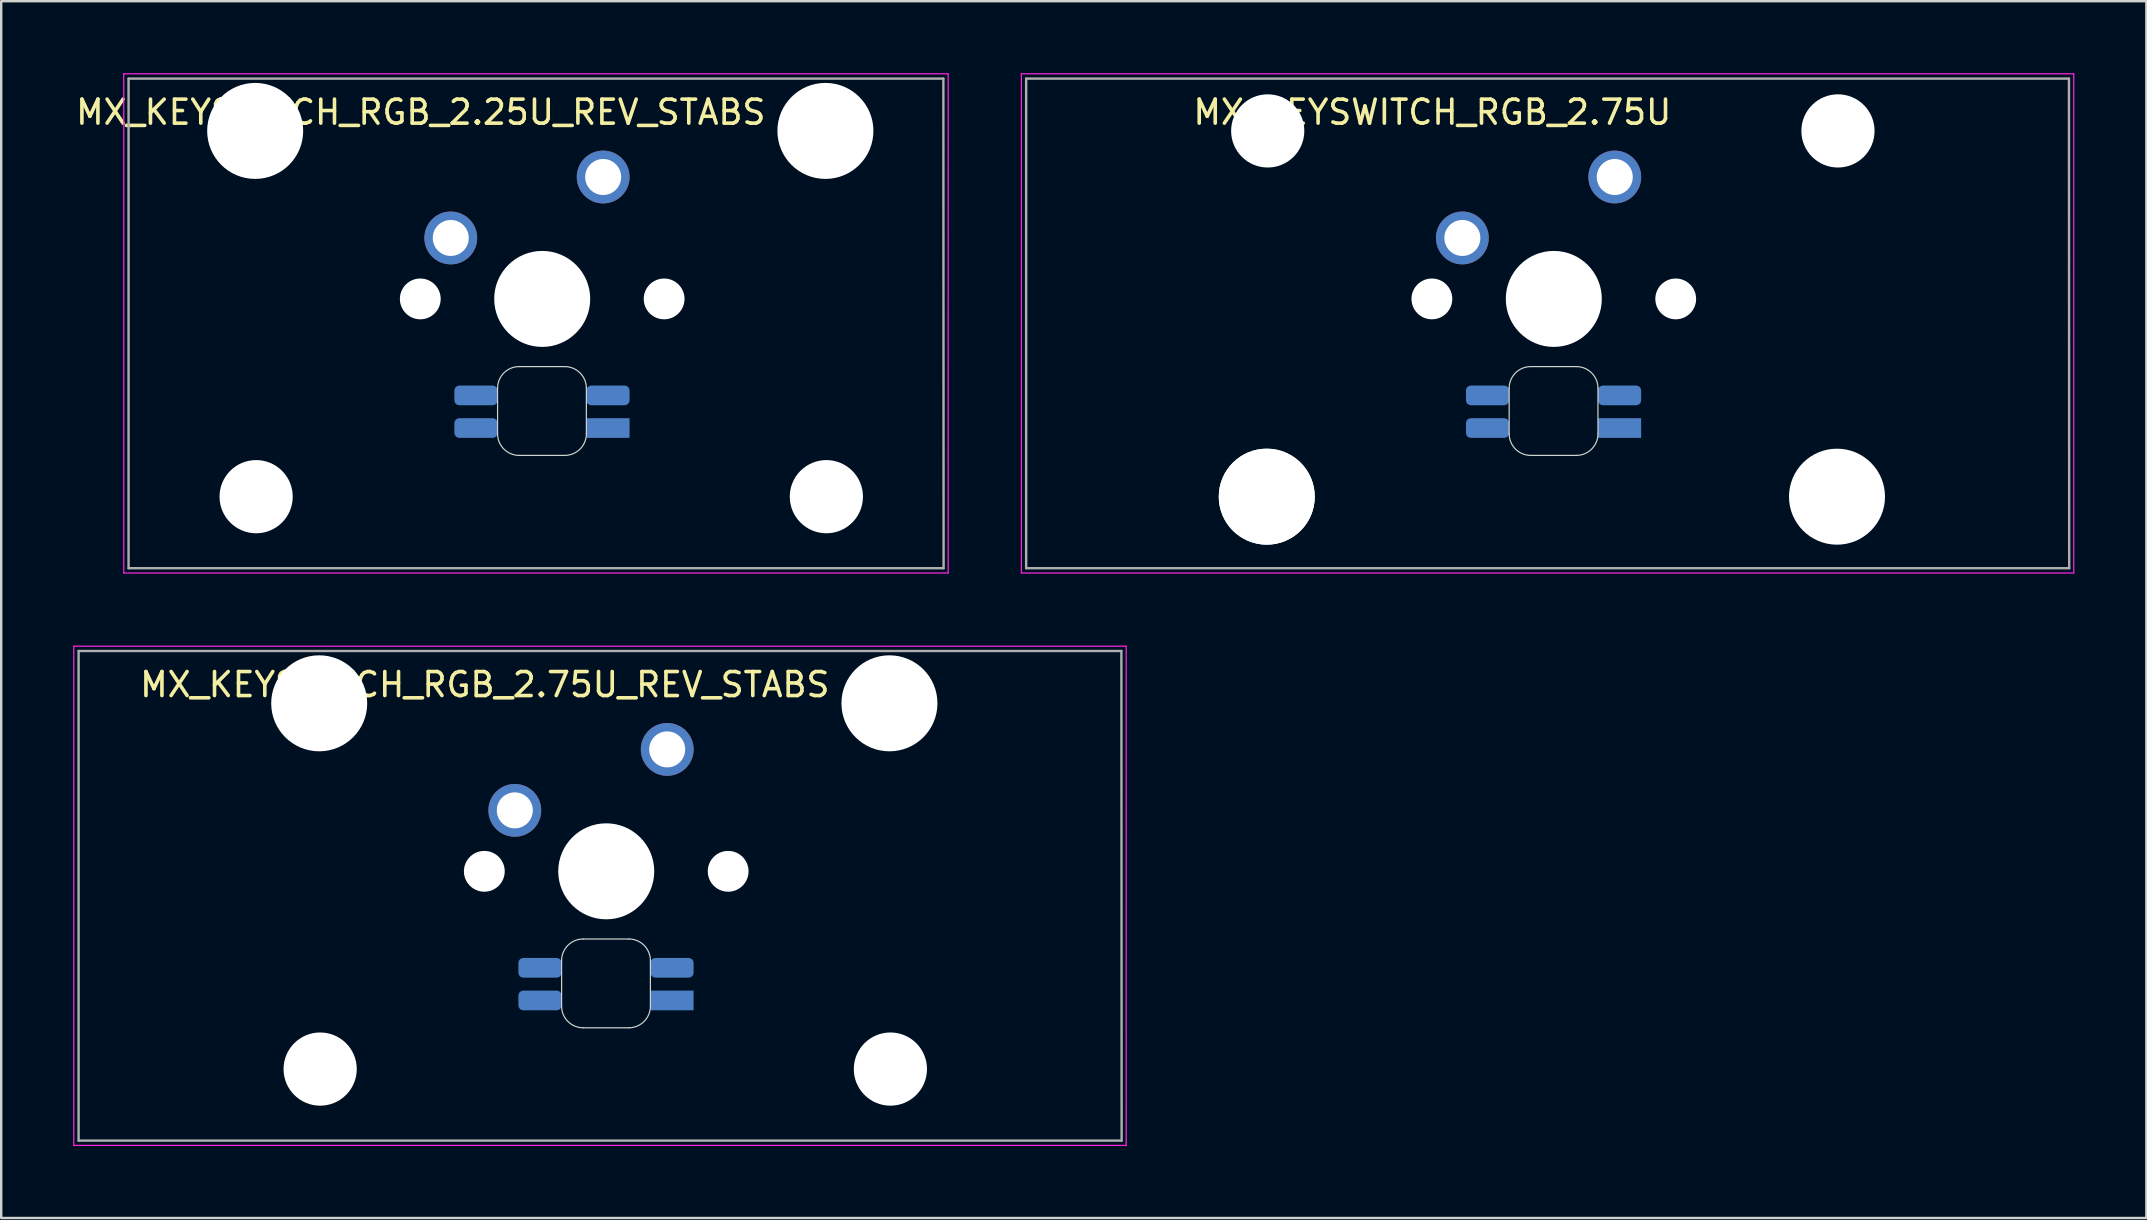
<source format=kicad_pcb>
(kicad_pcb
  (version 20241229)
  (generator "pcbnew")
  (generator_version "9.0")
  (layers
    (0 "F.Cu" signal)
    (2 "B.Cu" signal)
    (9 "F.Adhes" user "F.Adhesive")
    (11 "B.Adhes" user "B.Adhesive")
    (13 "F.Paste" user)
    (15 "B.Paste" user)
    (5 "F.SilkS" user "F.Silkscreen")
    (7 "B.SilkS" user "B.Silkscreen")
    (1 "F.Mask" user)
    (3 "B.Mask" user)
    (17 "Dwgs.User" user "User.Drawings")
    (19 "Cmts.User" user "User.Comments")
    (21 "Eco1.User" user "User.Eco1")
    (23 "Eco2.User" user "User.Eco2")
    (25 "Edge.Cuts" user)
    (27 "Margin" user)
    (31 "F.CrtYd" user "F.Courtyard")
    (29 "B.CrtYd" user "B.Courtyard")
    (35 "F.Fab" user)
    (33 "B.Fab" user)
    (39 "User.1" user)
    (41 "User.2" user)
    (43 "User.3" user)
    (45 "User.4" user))
  (footprint "MX_KEYSWITCH_RGB_2.75U_REV_STABS"
    (layer "F.Cu")
    (at 22.15 33.275)
    (property "Reference" "MX_KEYSWITCH_RGB_2.75U_REV_STABS" (at -5 -7.8 0) (layer "F.SilkS") (effects (font (size 1 1) (thickness 0.15))))
    (attr through_hole)
    (fp_line (start -1.8 3.7) (end -1.8 5.6) (stroke (width 0.05) (type solid)) (layer "Edge.Cuts"))
    (fp_line (start -0.9 6.5) (end 1 6.5) (stroke (width 0.05) (type solid)) (layer "Edge.Cuts"))
    (fp_line (start 1 2.8) (end -0.9 2.8) (stroke (width 0.05) (type solid)) (layer "Edge.Cuts"))
    (fp_line (start 1.9 5.6) (end 1.9 3.7) (stroke (width 0.05) (type solid)) (layer "Edge.Cuts"))
    (fp_arc (start -1.8 3.7) (mid -1.536396 3.063604) (end -0.9 2.8) (stroke (width 0.05) (type solid)) (layer "Edge.Cuts"))
    (fp_arc (start -0.9 6.5) (mid -1.536396 6.236396) (end -1.8 5.6) (stroke (width 0.05) (type solid)) (layer "Edge.Cuts"))
    (fp_arc (start 1 2.8) (mid 1.636396 3.063604) (end 1.9 3.7) (stroke (width 0.05) (type solid)) (layer "Edge.Cuts"))
    (fp_arc (start 1.9 5.6) (mid 1.636396 6.236396) (end 1 6.5) (stroke (width 0.05) (type solid)) (layer "Edge.Cuts"))
    (fp_line (start -22.125 -9.4) (end 21.725 -9.4) (stroke (width 0.05) (type solid)) (layer "F.CrtYd"))
    (fp_line (start -22.125 11.4) (end -22.125 -9.4) (stroke (width 0.05) (type solid)) (layer "F.CrtYd"))
    (fp_line (start 21.725 -9.4) (end 21.725 11.4) (stroke (width 0.05) (type solid)) (layer "F.CrtYd"))
    (fp_line (start 21.725 11.4) (end -22.125 11.4) (stroke (width 0.05) (type solid)) (layer "F.CrtYd"))
    (fp_line (start -21.925 -9.2) (end 21.525 -9.2) (stroke (width 0.1) (type solid)) (layer "F.Fab"))
    (fp_line (start -21.925 11.2) (end -21.925 -9.2) (stroke (width 0.1) (type solid)) (layer "F.Fab"))
    (fp_line (start 21.525 -9.2) (end 21.535 11.2) (stroke (width 0.1) (type solid)) (layer "F.Fab"))
    (fp_line (start 21.535 11.2) (end -21.925 11.2) (stroke (width 0.1) (type solid)) (layer "F.Fab"))
    (pad "" np_thru_hole circle (at -11.9 -7.02) (size 4 4) (drill 4) (layers "*.Cu" "*.Mask"))
    (pad "" np_thru_hole circle (at -11.86 8.22) (size 3.05 3.05) (drill 3.05) (layers "*.Cu" "*.Mask"))
    (pad "" np_thru_hole circle (at -5.02 -0.02) (size 1.7 1.7) (drill 1.7) (layers "*.Cu" "*.Mask"))
    (pad "" np_thru_hole circle (at 0.06 -0.02) (size 4 4) (drill 4) (layers "*.Cu" "*.Mask"))
    (pad "" np_thru_hole circle (at 5.14 -0.02) (size 1.7 1.7) (drill 1.7) (layers "*.Cu" "*.Mask"))
    (pad "" np_thru_hole circle (at 11.86 -7.02) (size 4 4) (drill 4) (layers "*.Cu" "*.Mask"))
    (pad "" np_thru_hole circle (at 11.9 8.22) (size 3.05 3.05) (drill 3.05) (layers "*.Cu" "*.Mask"))
    (pad "1" thru_hole circle (at 2.6 -5.1) (size 2.2 2.2) (drill 1.5) (layers "*.Cu" "*.Mask"))
    (pad "2" thru_hole circle (at -3.75 -2.56) (size 2.2 2.2) (drill 1.5) (layers "*.Cu" "*.Mask"))
    (pad "3" smd roundrect (at 2.8 4) (size 1.8 0.82) (layers "B.Cu" "B.Mask" "B.Paste") (roundrect_rratio 0.25))
    (pad "4" smd roundrect (at -2.7 5.36) (size 1.8 0.82) (layers "B.Cu" "B.Mask" "B.Paste") (roundrect_rratio 0.25))
    (pad "5" smd roundrect (at -2.7 4) (size 1.8 0.82) (layers "B.Cu" "B.Mask" "B.Paste") (roundrect_rratio 0.25))
    (pad "6" smd rect (at 2.8 5.36) (size 1.8 0.82) (layers "B.Cu" "B.Mask" "B.Paste")))
  (footprint "MX_KEYSWITCH_RGB_2.75U"
    (layer "F.Cu")
    (at 61.632 9.425)
    (property "Reference" "MX_KEYSWITCH_RGB_2.75U" (at -5 -7.8 0) (layer "F.SilkS") (effects (font (size 1 1) (thickness 0.15))))
    (attr through_hole)
    (fp_line (start -1.8 3.7) (end -1.8 5.6) (stroke (width 0.05) (type solid)) (layer "Edge.Cuts"))
    (fp_line (start -0.9 6.5) (end 1 6.5) (stroke (width 0.05) (type solid)) (layer "Edge.Cuts"))
    (fp_line (start 1 2.8) (end -0.9 2.8) (stroke (width 0.05) (type solid)) (layer "Edge.Cuts"))
    (fp_line (start 1.9 5.6) (end 1.9 3.7) (stroke (width 0.05) (type solid)) (layer "Edge.Cuts"))
    (fp_arc (start -1.8 3.7) (mid -1.536396 3.063604) (end -0.9 2.8) (stroke (width 0.05) (type solid)) (layer "Edge.Cuts"))
    (fp_arc (start -0.9 6.5) (mid -1.536396 6.236396) (end -1.8 5.6) (stroke (width 0.05) (type solid)) (layer "Edge.Cuts"))
    (fp_arc (start 1 2.8) (mid 1.636396 3.063604) (end 1.9 3.7) (stroke (width 0.05) (type solid)) (layer "Edge.Cuts"))
    (fp_arc (start 1.9 5.6) (mid 1.636396 6.236396) (end 1 6.5) (stroke (width 0.05) (type solid)) (layer "Edge.Cuts"))
    (fp_line (start -22.125 -9.4) (end 21.725 -9.4) (stroke (width 0.05) (type solid)) (layer "F.CrtYd"))
    (fp_line (start -22.125 11.4) (end -22.125 -9.4) (stroke (width 0.05) (type solid)) (layer "F.CrtYd"))
    (fp_line (start 21.725 -9.4) (end 21.725 11.4) (stroke (width 0.05) (type solid)) (layer "F.CrtYd"))
    (fp_line (start 21.725 11.4) (end -22.125 11.4) (stroke (width 0.05) (type solid)) (layer "F.CrtYd"))
    (fp_line (start -21.925 -9.2) (end 21.525 -9.2) (stroke (width 0.1) (type solid)) (layer "F.Fab"))
    (fp_line (start -21.925 11.2) (end -21.925 -9.2) (stroke (width 0.1) (type solid)) (layer "F.Fab"))
    (fp_line (start 21.525 -9.2) (end 21.535 11.2) (stroke (width 0.1) (type solid)) (layer "F.Fab"))
    (fp_line (start 21.535 11.2) (end -21.925 11.2) (stroke (width 0.1) (type solid)) (layer "F.Fab"))
    (pad "" np_thru_hole circle (at -11.9 8.22) (size 4 4) (drill 4) (layers "*.Cu" "*.Mask"))
    (pad "" np_thru_hole circle (at -11.9 8.22) (size 4 4) (drill 4) (layers "*.Cu" "*.Mask"))
    (pad "" np_thru_hole circle (at -11.86 -7.02) (size 3.05 3.05) (drill 3.05) (layers "*.Cu" "*.Mask"))
    (pad "" np_thru_hole circle (at -5.02 -0.02) (size 1.7 1.7) (drill 1.7) (layers "*.Cu" "*.Mask"))
    (pad "" np_thru_hole circle (at 0.06 -0.02) (size 4 4) (drill 4) (layers "*.Cu" "*.Mask"))
    (pad "" np_thru_hole circle (at 5.14 -0.02) (size 1.7 1.7) (drill 1.7) (layers "*.Cu" "*.Mask"))
    (pad "" np_thru_hole circle (at 11.86 8.22) (size 4 4) (drill 4) (layers "*.Cu" "*.Mask"))
    (pad "" np_thru_hole circle (at 11.9 -7.02) (size 3.05 3.05) (drill 3.05) (layers "*.Cu" "*.Mask"))
    (pad "1" thru_hole circle (at 2.6 -5.1) (size 2.2 2.2) (drill 1.5) (layers "*.Cu" "*.Mask"))
    (pad "2" thru_hole circle (at -3.75 -2.56) (size 2.2 2.2) (drill 1.5) (layers "*.Cu" "*.Mask"))
    (pad "3" smd roundrect (at 2.8 4) (size 1.8 0.82) (layers "B.Cu" "B.Mask" "B.Paste") (roundrect_rratio 0.25))
    (pad "4" smd roundrect (at -2.7 5.36) (size 1.8 0.82) (layers "B.Cu" "B.Mask" "B.Paste") (roundrect_rratio 0.25))
    (pad "5" smd roundrect (at -2.7 4) (size 1.8 0.82) (layers "B.Cu" "B.Mask" "B.Paste") (roundrect_rratio 0.25))
    (pad "6" smd rect (at 2.8 5.36) (size 1.8 0.82) (layers "B.Cu" "B.Mask" "B.Paste")))
  (footprint "MX_KEYSWITCH_RGB_2.25U_REV_STABS"
    (layer "F.Cu")
    (at 19.482 9.425)
    (property "Reference" "MX_KEYSWITCH_RGB_2.25U_REV_STABS" (at -5 -7.8 0) (layer "F.SilkS") (effects (font (size 1 1) (thickness 0.15))))
    (attr through_hole)
    (fp_line (start -1.8 3.7) (end -1.8 5.6) (stroke (width 0.05) (type solid)) (layer "Edge.Cuts"))
    (fp_line (start -0.9 6.5) (end 1 6.5) (stroke (width 0.05) (type solid)) (layer "Edge.Cuts"))
    (fp_line (start 1 2.8) (end -0.9 2.8) (stroke (width 0.05) (type solid)) (layer "Edge.Cuts"))
    (fp_line (start 1.9 5.6) (end 1.9 3.7) (stroke (width 0.05) (type solid)) (layer "Edge.Cuts"))
    (fp_arc (start -1.8 3.7) (mid -1.536396 3.063604) (end -0.9 2.8) (stroke (width 0.05) (type solid)) (layer "Edge.Cuts"))
    (fp_arc (start -0.9 6.5) (mid -1.536396 6.236396) (end -1.8 5.6) (stroke (width 0.05) (type solid)) (layer "Edge.Cuts"))
    (fp_arc (start 1 2.8) (mid 1.636396 3.063604) (end 1.9 3.7) (stroke (width 0.05) (type solid)) (layer "Edge.Cuts"))
    (fp_arc (start 1.9 5.6) (mid 1.636396 6.236396) (end 1 6.5) (stroke (width 0.05) (type solid)) (layer "Edge.Cuts"))
    (fp_line (start -17.375 -9.4) (end 16.975 -9.4) (stroke (width 0.05) (type solid)) (layer "F.CrtYd"))
    (fp_line (start -17.375 11.4) (end -17.375 -9.4) (stroke (width 0.05) (type solid)) (layer "F.CrtYd"))
    (fp_line (start 16.975 -9.4) (end 16.975 11.4) (stroke (width 0.05) (type solid)) (layer "F.CrtYd"))
    (fp_line (start 16.975 11.4) (end -17.375 11.4) (stroke (width 0.05) (type solid)) (layer "F.CrtYd"))
    (fp_line (start -17.175 -9.2) (end 16.775 -9.2) (stroke (width 0.1) (type solid)) (layer "F.Fab"))
    (fp_line (start -17.175 11.2) (end -17.175 -9.2) (stroke (width 0.1) (type solid)) (layer "F.Fab"))
    (fp_line (start 16.775 -9.2) (end 16.785 11.2) (stroke (width 0.1) (type solid)) (layer "F.Fab"))
    (fp_line (start 16.785 11.2) (end -17.175 11.2) (stroke (width 0.1) (type solid)) (layer "F.Fab"))
    (pad "" np_thru_hole circle (at -11.9 -7.02) (size 4 4) (drill 4) (layers "*.Cu" "*.Mask"))
    (pad "" np_thru_hole circle (at -11.86 8.22) (size 3.05 3.05) (drill 3.05) (layers "*.Cu" "*.Mask"))
    (pad "" np_thru_hole circle (at -5.02 -0.02) (size 1.7 1.7) (drill 1.7) (layers "*.Cu" "*.Mask"))
    (pad "" np_thru_hole circle (at 0.06 -0.02) (size 4 4) (drill 4) (layers "*.Cu" "*.Mask"))
    (pad "" np_thru_hole circle (at 5.14 -0.02) (size 1.7 1.7) (drill 1.7) (layers "*.Cu" "*.Mask"))
    (pad "" np_thru_hole circle (at 11.86 -7.02) (size 4 4) (drill 4) (layers "*.Cu" "*.Mask"))
    (pad "" np_thru_hole circle (at 11.9 8.22) (size 3.05 3.05) (drill 3.05) (layers "*.Cu" "*.Mask"))
    (pad "1" thru_hole circle (at 2.6 -5.1) (size 2.2 2.2) (drill 1.5) (layers "*.Cu" "*.Mask"))
    (pad "2" thru_hole circle (at -3.75 -2.56) (size 2.2 2.2) (drill 1.5) (layers "*.Cu" "*.Mask"))
    (pad "3" smd roundrect (at 2.8 4) (size 1.8 0.82) (layers "B.Cu" "B.Mask" "B.Paste") (roundrect_rratio 0.25))
    (pad "4" smd roundrect (at -2.7 5.36) (size 1.8 0.82) (layers "B.Cu" "B.Mask" "B.Paste") (roundrect_rratio 0.25))
    (pad "5" smd roundrect (at -2.7 4) (size 1.8 0.82) (layers "B.Cu" "B.Mask" "B.Paste") (roundrect_rratio 0.25))
    (pad "6" smd rect (at 2.8 5.36) (size 1.8 0.82) (layers "B.Cu" "B.Mask" "B.Paste")))
  (gr_rect
    (start -3 -3)
    (end 86.382 47.7)
    (stroke (width 0.1) (type default))
    (fill no)
    (layer "Edge.Cuts")))
</source>
